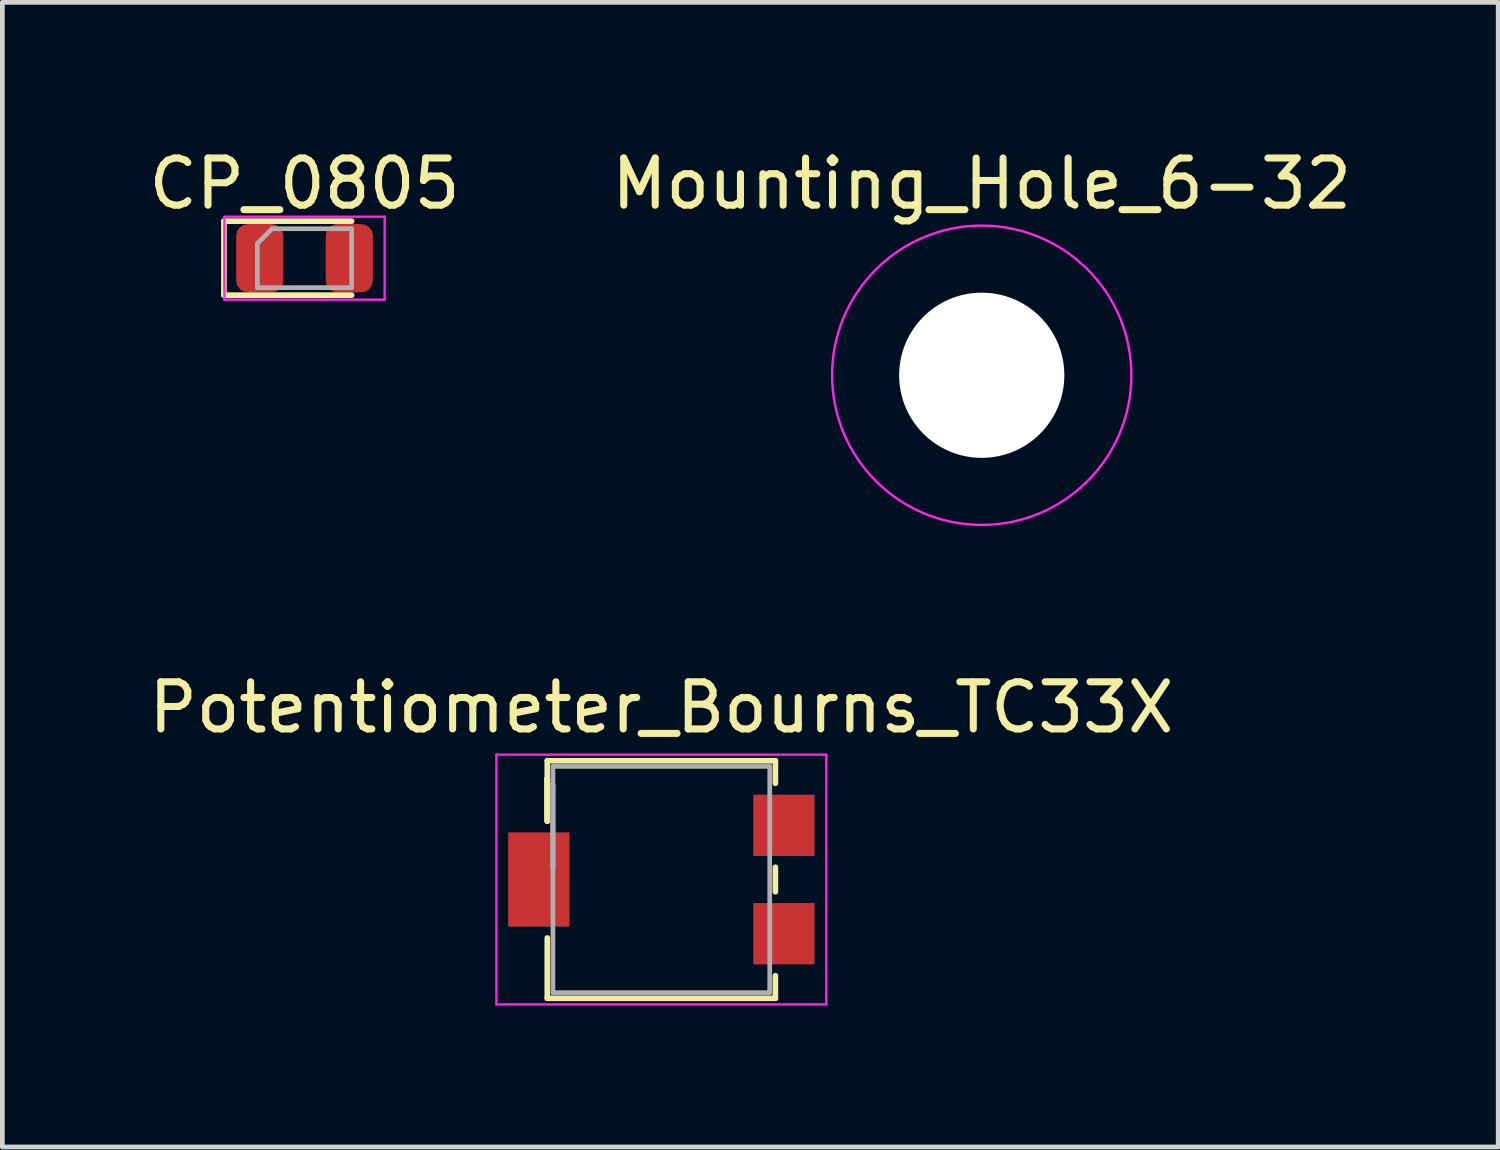
<source format=kicad_pcb>
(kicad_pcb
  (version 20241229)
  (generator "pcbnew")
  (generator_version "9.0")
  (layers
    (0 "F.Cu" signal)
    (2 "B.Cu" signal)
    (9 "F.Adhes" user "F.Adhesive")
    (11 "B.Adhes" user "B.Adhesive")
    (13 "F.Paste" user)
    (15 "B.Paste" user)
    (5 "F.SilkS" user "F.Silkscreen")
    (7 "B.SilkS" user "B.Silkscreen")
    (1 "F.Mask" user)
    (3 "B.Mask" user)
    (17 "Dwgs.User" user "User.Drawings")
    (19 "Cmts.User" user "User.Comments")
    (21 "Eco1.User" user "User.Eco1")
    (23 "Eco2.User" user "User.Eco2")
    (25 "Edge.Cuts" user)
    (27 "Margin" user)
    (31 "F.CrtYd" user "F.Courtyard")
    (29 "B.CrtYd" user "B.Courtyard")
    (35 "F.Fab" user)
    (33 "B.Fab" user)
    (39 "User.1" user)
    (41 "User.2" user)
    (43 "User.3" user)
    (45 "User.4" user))
  (footprint "Potentiometer_Bourns_TC33X"
    (layer "F.Cu")
    (at 10.982 15.611)
    (property "Reference" "Potentiometer_Bourns_TC33X" (at 0 -3.65 0) (layer "F.SilkS") (effects (font (size 1 1) (thickness 0.15))))
    (attr smd)
    (fp_line (start -2.42 -2.52) (end -2.42 -1.24) (stroke (width 0.12) (type solid)) (layer "F.SilkS"))
    (fp_line (start -2.42 -2.52) (end 2.42 -2.52) (stroke (width 0.12) (type solid)) (layer "F.SilkS"))
    (fp_line (start -2.42 -2.14) (end -2.42 -2.14) (stroke (width 0.12) (type solid)) (layer "F.SilkS"))
    (fp_line (start -2.42 -2.14) (end -2.42 -1.24) (stroke (width 0.12) (type solid)) (layer "F.SilkS"))
    (fp_line (start -2.42 -2.14) (end -2.42 -1.24) (stroke (width 0.12) (type solid)) (layer "F.SilkS"))
    (fp_line (start -2.42 1.24) (end -2.42 2.52) (stroke (width 0.12) (type solid)) (layer "F.SilkS"))
    (fp_line (start -2.42 2.52) (end 2.42 2.52) (stroke (width 0.12) (type solid)) (layer "F.SilkS"))
    (fp_line (start 2.42 -2.52) (end 2.42 -2.04) (stroke (width 0.12) (type solid)) (layer "F.SilkS"))
    (fp_line (start 2.42 -0.26) (end 2.42 0.26) (stroke (width 0.12) (type solid)) (layer "F.SilkS"))
    (fp_line (start 2.42 2.04) (end 2.42 2.52) (stroke (width 0.12) (type solid)) (layer "F.SilkS"))
    (fp_line (start -3.5 -2.65) (end -3.5 2.65) (stroke (width 0.05) (type solid)) (layer "F.CrtYd"))
    (fp_line (start -3.5 2.65) (end 3.5 2.65) (stroke (width 0.05) (type solid)) (layer "F.CrtYd"))
    (fp_line (start 3.5 -2.65) (end -3.5 -2.65) (stroke (width 0.05) (type solid)) (layer "F.CrtYd"))
    (fp_line (start 3.5 2.65) (end 3.5 -2.65) (stroke (width 0.05) (type solid)) (layer "F.CrtYd"))
    (fp_line (start -2.3 -2.4) (end -2.3 2.4) (stroke (width 0.1) (type solid)) (layer "F.Fab"))
    (fp_line (start -2.3 -2.02) (end -2.3 -2.02) (stroke (width 0.1) (type solid)) (layer "F.Fab"))
    (fp_line (start -2.3 -2.02) (end -2.3 -0.24) (stroke (width 0.1) (type solid)) (layer "F.Fab"))
    (fp_line (start -2.3 -1.13) (end -2.3 -1.13) (stroke (width 0.1) (type solid)) (layer "F.Fab"))
    (fp_line (start -2.3 -0.24) (end -2.3 -2.02) (stroke (width 0.1) (type solid)) (layer "F.Fab"))
    (fp_line (start -2.3 -0.24) (end -2.3 -0.24) (stroke (width 0.1) (type solid)) (layer "F.Fab"))
    (fp_line (start -2.3 2.4) (end 2.3 2.4) (stroke (width 0.1) (type solid)) (layer "F.Fab"))
    (fp_line (start 2.3 -2.4) (end -2.3 -2.4) (stroke (width 0.1) (type solid)) (layer "F.Fab"))
    (fp_line (start 2.3 2.4) (end 2.3 -2.4) (stroke (width 0.1) (type solid)) (layer "F.Fab"))
    (pad "1" smd rect (at 2.6 -1.15) (size 1.3 1.3) (layers "F.Cu" "F.Mask" "F.Paste"))
    (pad "2" smd rect (at -2.6 0) (size 1.3 2) (layers "F.Cu" "F.Mask" "F.Paste"))
    (pad "3" smd rect (at 2.6 1.15) (size 1.3 1.3) (layers "F.Cu" "F.Mask" "F.Paste")))
  (footprint "CP_0805"
    (layer "F.Cu")
    (at 3.411 2.428)
    (property "Reference" "CP_0805" (at 0 -1.58 0) (layer "F.SilkS") (effects (font (size 1 1) (thickness 0.15))))
    (attr smd)
    (fp_line (start -1.71 -0.785) (end -1.71 0.785) (stroke (width 0.12) (type solid)) (layer "F.SilkS"))
    (fp_line (start -1.71 0.785) (end 1 0.785) (stroke (width 0.12) (type solid)) (layer "F.SilkS"))
    (fp_line (start 1 -0.785) (end -1.71 -0.785) (stroke (width 0.12) (type solid)) (layer "F.SilkS"))
    (fp_line (start -1.7 -0.88) (end 1.7 -0.88) (stroke (width 0.05) (type solid)) (layer "F.CrtYd"))
    (fp_line (start -1.7 0.88) (end -1.7 -0.88) (stroke (width 0.05) (type solid)) (layer "F.CrtYd"))
    (fp_line (start 1.7 -0.88) (end 1.7 0.88) (stroke (width 0.05) (type solid)) (layer "F.CrtYd"))
    (fp_line (start 1.7 0.88) (end -1.7 0.88) (stroke (width 0.05) (type solid)) (layer "F.CrtYd"))
    (fp_line (start -1 -0.312) (end -1 0.625) (stroke (width 0.1) (type solid)) (layer "F.Fab"))
    (fp_line (start -1 0.625) (end 1 0.625) (stroke (width 0.1) (type solid)) (layer "F.Fab"))
    (fp_line (start -0.688 -0.625) (end -1 -0.312) (stroke (width 0.1) (type solid)) (layer "F.Fab"))
    (fp_line (start 1 -0.625) (end -0.688 -0.625) (stroke (width 0.1) (type solid)) (layer "F.Fab"))
    (fp_line (start 1 0.625) (end 1 -0.625) (stroke (width 0.1) (type solid)) (layer "F.Fab"))
    (pad "1" smd roundrect (at -0.95 0) (size 1 1.45) (layers "F.Cu" "F.Mask" "F.Paste") (roundrect_rratio 0.25))
    (pad "2" smd roundrect (at 0.95 0) (size 1 1.45) (layers "F.Cu" "F.Mask" "F.Paste") (roundrect_rratio 0.25)))
  (footprint "Mounting_Hole_6-32"
    (layer "F.Cu")
    (at 17.78 4.912)
    (property "Reference" "Mounting_Hole_6-32" (at 0 -4.064 0) (layer "F.SilkS") (effects (font (size 1 1) (thickness 0.15))))
    (attr exclude_from_pos_files exclude_from_bom)
    (fp_circle (center 0 0) (end 3.175 0) (stroke (width 0.051) (type solid)) (fill no) (layer "F.CrtYd"))
    (pad "" np_thru_hole circle (at 0 0) (size 3.505 3.505) (drill 3.505) (layers "*.Cu" "*.Mask")))
  (gr_rect
    (start -3 -3)
    (end 28.738 21.286)
    (stroke (width 0.1) (type default))
    (fill no)
    (layer "Edge.Cuts")))
</source>
